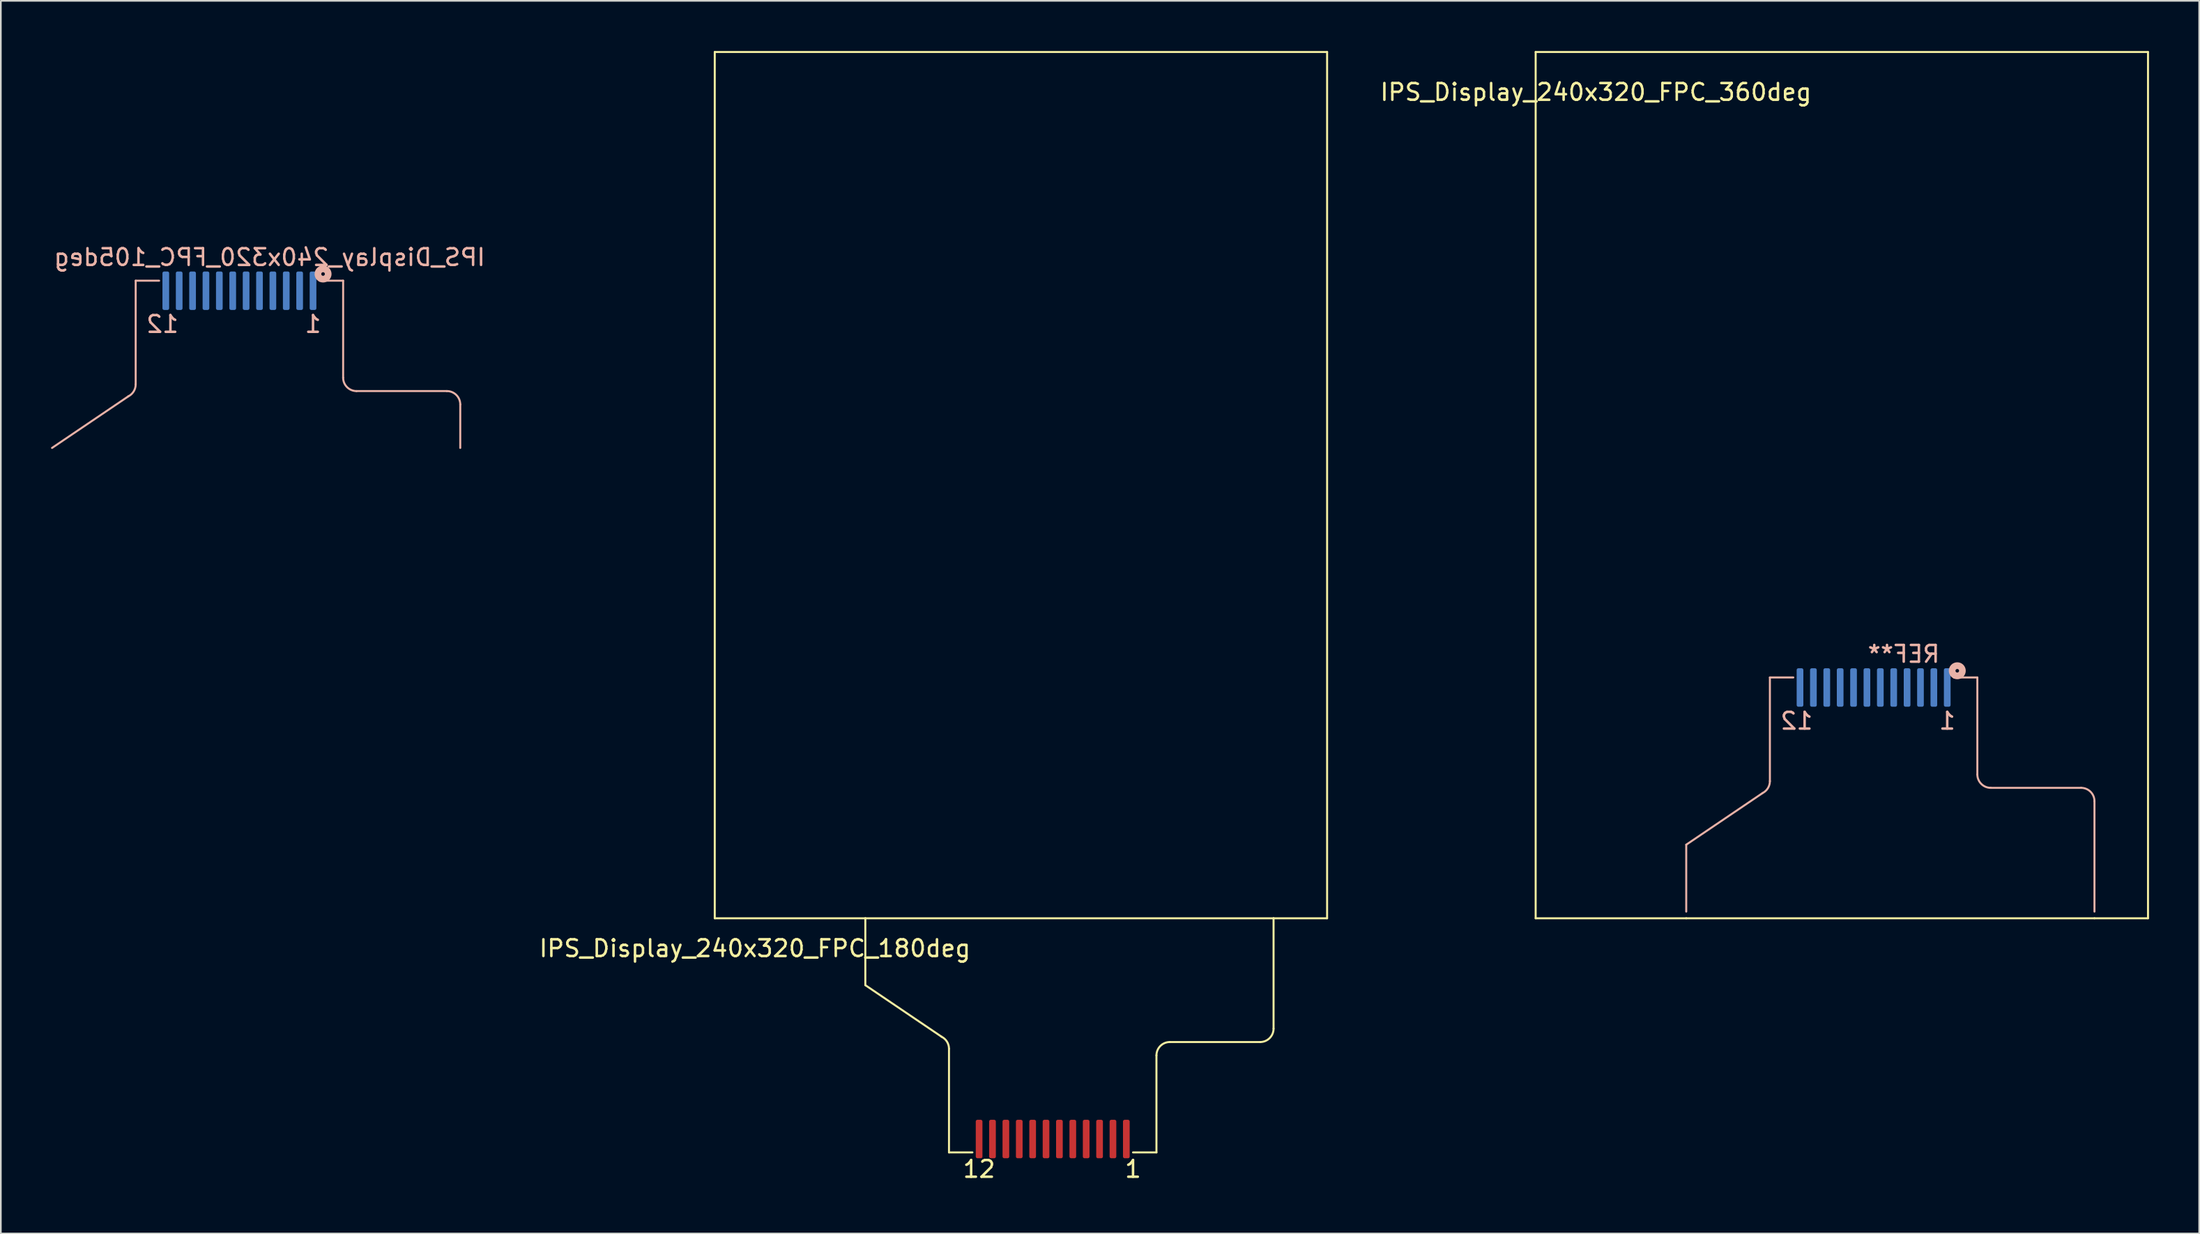
<source format=kicad_pcb>
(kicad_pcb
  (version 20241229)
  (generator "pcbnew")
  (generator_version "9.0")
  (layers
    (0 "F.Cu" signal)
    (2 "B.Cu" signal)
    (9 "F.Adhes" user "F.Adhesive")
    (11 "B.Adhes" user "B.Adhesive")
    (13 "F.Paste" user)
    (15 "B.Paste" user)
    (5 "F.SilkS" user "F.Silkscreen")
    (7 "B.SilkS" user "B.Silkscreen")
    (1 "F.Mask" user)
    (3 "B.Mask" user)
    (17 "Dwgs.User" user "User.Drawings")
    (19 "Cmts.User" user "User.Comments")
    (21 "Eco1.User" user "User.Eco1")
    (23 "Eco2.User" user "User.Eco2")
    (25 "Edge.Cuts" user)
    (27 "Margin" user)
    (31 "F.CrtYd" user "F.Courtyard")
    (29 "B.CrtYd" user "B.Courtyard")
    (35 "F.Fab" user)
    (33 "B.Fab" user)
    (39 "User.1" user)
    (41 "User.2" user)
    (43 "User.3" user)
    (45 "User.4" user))
  (footprint "IPS_Display_240x320_FPC_180deg"
    (layer "F.Cu")
    (at 64.272 65.06)
    (property "Reference" "IPS_Display_240x320_FPC_180deg" (at -22.2 -11.4 0) (layer "F.SilkS") (effects (font (size 1 1) (thickness 0.15))))
    (attr exclude_from_pos_files exclude_from_bom)
    (fp_line (start -24.6 -65) (end 12 -65) (stroke (width 0.12) (type solid)) (layer "F.SilkS"))
    (fp_line (start -24.6 -13.2) (end -24.6 -65) (stroke (width 0.12) (type solid)) (layer "F.SilkS"))
    (fp_line (start -15.6 -13.2) (end -24.6 -13.2) (stroke (width 0.12) (type solid)) (layer "F.SilkS"))
    (fp_line (start -15.6 -9.2) (end -15.6 -13.2) (stroke (width 0.12) (type solid)) (layer "F.SilkS"))
    (fp_line (start -11.042 -6.116) (end -15.6 -9.2) (stroke (width 0.12) (type solid)) (layer "F.SilkS"))
    (fp_line (start -10.6 0.8) (end -10.6 -5.4) (stroke (width 0.12) (type solid)) (layer "F.SilkS"))
    (fp_line (start -9.2 0.8) (end -10.6 0.8) (stroke (width 0.12) (type solid)) (layer "F.SilkS"))
    (fp_line (start 1.8 0.8) (end 0.4 0.8) (stroke (width 0.12) (type solid)) (layer "F.SilkS"))
    (fp_line (start 1.8 0.8) (end 1.8 -5) (stroke (width 0.12) (type solid)) (layer "F.SilkS"))
    (fp_line (start 2.6 -5.8) (end 8 -5.8) (stroke (width 0.12) (type solid)) (layer "F.SilkS"))
    (fp_line (start 8.8 -13.2) (end -15.6 -13.2) (stroke (width 0.12) (type solid)) (layer "F.SilkS"))
    (fp_line (start 8.8 -13.2) (end 12 -13.2) (stroke (width 0.12) (type solid)) (layer "F.SilkS"))
    (fp_line (start 8.8 -6.6) (end 8.8 -13.2) (stroke (width 0.12) (type solid)) (layer "F.SilkS"))
    (fp_line (start 12 -13.2) (end 12 -65) (stroke (width 0.12) (type solid)) (layer "F.SilkS"))
    (fp_arc (start -11.042229 -6.115542) (mid -10.719479 -5.820585) (end -10.6 -5.4) (stroke (width 0.12) (type solid)) (layer "F.SilkS"))
    (fp_arc (start 1.8 -5) (mid 2.034315 -5.565685) (end 2.6 -5.8) (stroke (width 0.12) (type solid)) (layer "F.SilkS"))
    (fp_arc (start 8.8 -6.6) (mid 8.565685 -6.034315) (end 8 -5.8) (stroke (width 0.12) (type solid)) (layer "F.SilkS"))
    (fp_text user "12" (at -8.8 1.8 0) (layer "F.SilkS") (effects (font (size 1 1) (thickness 0.15))))
    (fp_text user "1" (at 0.4 1.8 0) (layer "F.SilkS") (effects (font (size 1 1) (thickness 0.15))))
    (pad "1" smd roundrect (at 0 0) (size 0.4 2.3) (layers "F.Cu" "F.Mask" "F.Paste") (roundrect_rratio 0.25))
    (pad "2" smd roundrect (at -0.8 0) (size 0.4 2.3) (layers "F.Cu" "F.Mask" "F.Paste") (roundrect_rratio 0.25))
    (pad "3" smd roundrect (at -1.6 0) (size 0.4 2.3) (layers "F.Cu" "F.Mask" "F.Paste") (roundrect_rratio 0.25))
    (pad "4" smd roundrect (at -2.4 0) (size 0.4 2.3) (layers "F.Cu" "F.Mask" "F.Paste") (roundrect_rratio 0.25))
    (pad "5" smd roundrect (at -3.2 0) (size 0.4 2.3) (layers "F.Cu" "F.Mask" "F.Paste") (roundrect_rratio 0.25))
    (pad "6" smd roundrect (at -4 0) (size 0.4 2.3) (layers "F.Cu" "F.Mask" "F.Paste") (roundrect_rratio 0.25))
    (pad "7" smd roundrect (at -4.8 0) (size 0.4 2.3) (layers "F.Cu" "F.Mask" "F.Paste") (roundrect_rratio 0.25))
    (pad "8" smd roundrect (at -5.6 0) (size 0.4 2.3) (layers "F.Cu" "F.Mask" "F.Paste") (roundrect_rratio 0.25))
    (pad "9" smd roundrect (at -6.4 0) (size 0.4 2.3) (layers "F.Cu" "F.Mask" "F.Paste") (roundrect_rratio 0.25))
    (pad "10" smd roundrect (at -7.2 0) (size 0.4 2.3) (layers "F.Cu" "F.Mask" "F.Paste") (roundrect_rratio 0.25))
    (pad "11" smd roundrect (at -8 0) (size 0.4 2.3) (layers "F.Cu" "F.Mask" "F.Paste") (roundrect_rratio 0.25))
    (pad "12" smd roundrect (at -8.8 0) (size 0.4 2.3) (layers "F.Cu" "F.Mask" "F.Paste") (roundrect_rratio 0.25)))
  (footprint "IPS_Display_240x320_FPC_105deg"
    (layer "F.Cu")
    (at 15.66 14.335)
    (property "Reference" "IPS_Display_240x320_FPC_105deg" (at -2.6 -2 0) (layer "B.SilkS") (effects (font (size 1 1) (thickness 0.15)) (justify mirror)))
    (attr exclude_from_pos_files exclude_from_bom)
    (fp_line (start -11.042 6.316) (end -15.6 9.4) (stroke (width 0.12) (type solid)) (layer "B.SilkS"))
    (fp_line (start -10.6 -0.6) (end -10.6 5.6) (stroke (width 0.12) (type solid)) (layer "B.SilkS"))
    (fp_line (start -9.2 -0.6) (end -10.6 -0.6) (stroke (width 0.12) (type solid)) (layer "B.SilkS"))
    (fp_line (start 1.8 -0.6) (end 0.4 -0.6) (stroke (width 0.12) (type solid)) (layer "B.SilkS"))
    (fp_line (start 1.8 -0.6) (end 1.8 5.2) (stroke (width 0.12) (type solid)) (layer "B.SilkS"))
    (fp_line (start 2.6 6) (end 8 6) (stroke (width 0.12) (type solid)) (layer "B.SilkS"))
    (fp_line (start 8.8 9.4) (end 8.8 6.8) (stroke (width 0.12) (type solid)) (layer "B.SilkS"))
    (fp_arc (start -10.6 5.6) (mid -10.719351 6.020377) (end -11.041793 6.315323) (stroke (width 0.12) (type solid)) (layer "B.SilkS"))
    (fp_arc (start 2.6 6) (mid 2.034315 5.765685) (end 1.8 5.2) (stroke (width 0.12) (type solid)) (layer "B.SilkS"))
    (fp_arc (start 8 6) (mid 8.565685 6.234315) (end 8.8 6.8) (stroke (width 0.12) (type solid)) (layer "B.SilkS"))
    (fp_circle (center 0.6 -1) (end 0.907 -1) (stroke (width 0.4) (type solid)) (fill no) (layer "B.SilkS"))
    (fp_line (start -6.3 -14.3) (end -6.3 19.5) (stroke (width 0.07) (type solid)) (layer "Eco1.User"))
    (fp_text user "1" (at 0 2 0) (layer "B.SilkS") (effects (font (size 1 1) (thickness 0.15)) (justify mirror)))
    (fp_text user "12" (at -9 2 0) (layer "B.SilkS") (effects (font (size 1 1) (thickness 0.15)) (justify mirror)))
    (fp_text user "Display Center" (at -7.1 14.2 90) (layer "Eco1.User") (effects (font (size 1 1) (thickness 0.07))))
    (pad "1" smd roundrect (at 0 0) (size 0.4 2.3) (layers "B.Cu" "B.Mask" "B.Paste") (roundrect_rratio 0.25))
    (pad "2" smd roundrect (at -0.8 0) (size 0.4 2.3) (layers "B.Cu" "B.Mask" "B.Paste") (roundrect_rratio 0.25))
    (pad "3" smd roundrect (at -1.6 0) (size 0.4 2.3) (layers "B.Cu" "B.Mask" "B.Paste") (roundrect_rratio 0.25))
    (pad "4" smd roundrect (at -2.4 0) (size 0.4 2.3) (layers "B.Cu" "B.Mask" "B.Paste") (roundrect_rratio 0.25))
    (pad "5" smd roundrect (at -3.2 0) (size 0.4 2.3) (layers "B.Cu" "B.Mask" "B.Paste") (roundrect_rratio 0.25))
    (pad "6" smd roundrect (at -4 0) (size 0.4 2.3) (layers "B.Cu" "B.Mask" "B.Paste") (roundrect_rratio 0.25))
    (pad "7" smd roundrect (at -4.8 0) (size 0.4 2.3) (layers "B.Cu" "B.Mask" "B.Paste") (roundrect_rratio 0.25))
    (pad "8" smd roundrect (at -5.6 0) (size 0.4 2.3) (layers "B.Cu" "B.Mask" "B.Paste") (roundrect_rratio 0.25))
    (pad "9" smd roundrect (at -6.4 0) (size 0.4 2.3) (layers "B.Cu" "B.Mask" "B.Paste") (roundrect_rratio 0.25))
    (pad "10" smd roundrect (at -7.2 0) (size 0.4 2.3) (layers "B.Cu" "B.Mask" "B.Paste") (roundrect_rratio 0.25))
    (pad "11" smd roundrect (at -8 0) (size 0.4 2.3) (layers "B.Cu" "B.Mask" "B.Paste") (roundrect_rratio 0.25))
    (pad "12" smd roundrect (at -8.8 0) (size 0.4 2.3) (layers "B.Cu" "B.Mask" "B.Paste") (roundrect_rratio 0.25)))
  (footprint "IPS_Display_240x320_FPC_360deg"
    (layer "F.Cu")
    (at 113.338 38.06)
    (property "Reference" "IPS_Display_240x320_FPC_360deg" (at -21 -35.6 0) (layer "F.SilkS") (effects (font (size 1 1) (thickness 0.15))))
    (attr exclude_from_pos_files exclude_from_bom)
    (fp_line (start -24.6 -38) (end 12 -38) (stroke (width 0.12) (type solid)) (layer "F.SilkS"))
    (fp_line (start -24.6 13.8) (end -24.6 -38) (stroke (width 0.12) (type solid)) (layer "F.SilkS"))
    (fp_line (start -15.6 13.8) (end -24.6 13.8) (stroke (width 0.12) (type solid)) (layer "F.SilkS"))
    (fp_line (start 8.8 13.8) (end -15.6 13.8) (stroke (width 0.12) (type solid)) (layer "F.SilkS"))
    (fp_line (start 8.8 13.8) (end 12 13.8) (stroke (width 0.12) (type solid)) (layer "F.SilkS"))
    (fp_line (start 12 13.8) (end 12 -38) (stroke (width 0.12) (type solid)) (layer "F.SilkS"))
    (fp_line (start -15.6 13.4) (end -15.6 9.4) (stroke (width 0.12) (type solid)) (layer "B.SilkS"))
    (fp_line (start -11.042 6.316) (end -15.6 9.4) (stroke (width 0.12) (type solid)) (layer "B.SilkS"))
    (fp_line (start -10.6 -0.6) (end -10.6 5.6) (stroke (width 0.12) (type solid)) (layer "B.SilkS"))
    (fp_line (start -9.2 -0.6) (end -10.6 -0.6) (stroke (width 0.12) (type solid)) (layer "B.SilkS"))
    (fp_line (start 1.8 -0.6) (end 0.4 -0.6) (stroke (width 0.12) (type solid)) (layer "B.SilkS"))
    (fp_line (start 1.8 -0.6) (end 1.8 5.2) (stroke (width 0.12) (type solid)) (layer "B.SilkS"))
    (fp_line (start 2.6 6) (end 8 6) (stroke (width 0.12) (type solid)) (layer "B.SilkS"))
    (fp_line (start 8.8 13.4) (end 8.8 6.8) (stroke (width 0.12) (type solid)) (layer "B.SilkS"))
    (fp_arc (start -10.6 5.6) (mid -10.719351 6.020377) (end -11.041793 6.315323) (stroke (width 0.12) (type solid)) (layer "B.SilkS"))
    (fp_arc (start 2.6 6) (mid 2.034315 5.765685) (end 1.8 5.2) (stroke (width 0.12) (type solid)) (layer "B.SilkS"))
    (fp_arc (start 8 6) (mid 8.565685 6.234315) (end 8.8 6.8) (stroke (width 0.12) (type solid)) (layer "B.SilkS"))
    (fp_circle (center 0.6 -1) (end 0.907 -1) (stroke (width 0.4) (type solid)) (fill no) (layer "B.SilkS"))
    (fp_text user "12" (at -9 2 0) (layer "B.SilkS") (effects (font (size 1 1) (thickness 0.15)) (justify mirror)))
    (fp_text user "REF**" (at -2.6 -2 0) (layer "B.SilkS") (effects (font (size 1 1) (thickness 0.15)) (justify mirror)))
    (fp_text user "1" (at 0 2 0) (layer "B.SilkS") (effects (font (size 1 1) (thickness 0.15)) (justify mirror)))
    (pad "1" smd roundrect (at 0 0) (size 0.4 2.3) (layers "B.Cu" "B.Mask" "B.Paste") (roundrect_rratio 0.25))
    (pad "2" smd roundrect (at -0.8 0) (size 0.4 2.3) (layers "B.Cu" "B.Mask" "B.Paste") (roundrect_rratio 0.25))
    (pad "3" smd roundrect (at -1.6 0) (size 0.4 2.3) (layers "B.Cu" "B.Mask" "B.Paste") (roundrect_rratio 0.25))
    (pad "4" smd roundrect (at -2.4 0) (size 0.4 2.3) (layers "B.Cu" "B.Mask" "B.Paste") (roundrect_rratio 0.25))
    (pad "5" smd roundrect (at -3.2 0) (size 0.4 2.3) (layers "B.Cu" "B.Mask" "B.Paste") (roundrect_rratio 0.25))
    (pad "6" smd roundrect (at -4 0) (size 0.4 2.3) (layers "B.Cu" "B.Mask" "B.Paste") (roundrect_rratio 0.25))
    (pad "7" smd roundrect (at -4.8 0) (size 0.4 2.3) (layers "B.Cu" "B.Mask" "B.Paste") (roundrect_rratio 0.25))
    (pad "8" smd roundrect (at -5.6 0) (size 0.4 2.3) (layers "B.Cu" "B.Mask" "B.Paste") (roundrect_rratio 0.25))
    (pad "9" smd roundrect (at -6.4 0) (size 0.4 2.3) (layers "B.Cu" "B.Mask" "B.Paste") (roundrect_rratio 0.25))
    (pad "10" smd roundrect (at -7.2 0) (size 0.4 2.3) (layers "B.Cu" "B.Mask" "B.Paste") (roundrect_rratio 0.25))
    (pad "11" smd roundrect (at -8 0) (size 0.4 2.3) (layers "B.Cu" "B.Mask" "B.Paste") (roundrect_rratio 0.25))
    (pad "12" smd roundrect (at -8.8 0) (size 0.4 2.3) (layers "B.Cu" "B.Mask" "B.Paste") (roundrect_rratio 0.25)))
  (gr_rect
    (start -3 -3)
    (end 128.398 70.708)
    (stroke (width 0.1) (type default))
    (fill no)
    (layer "Edge.Cuts")))
</source>
